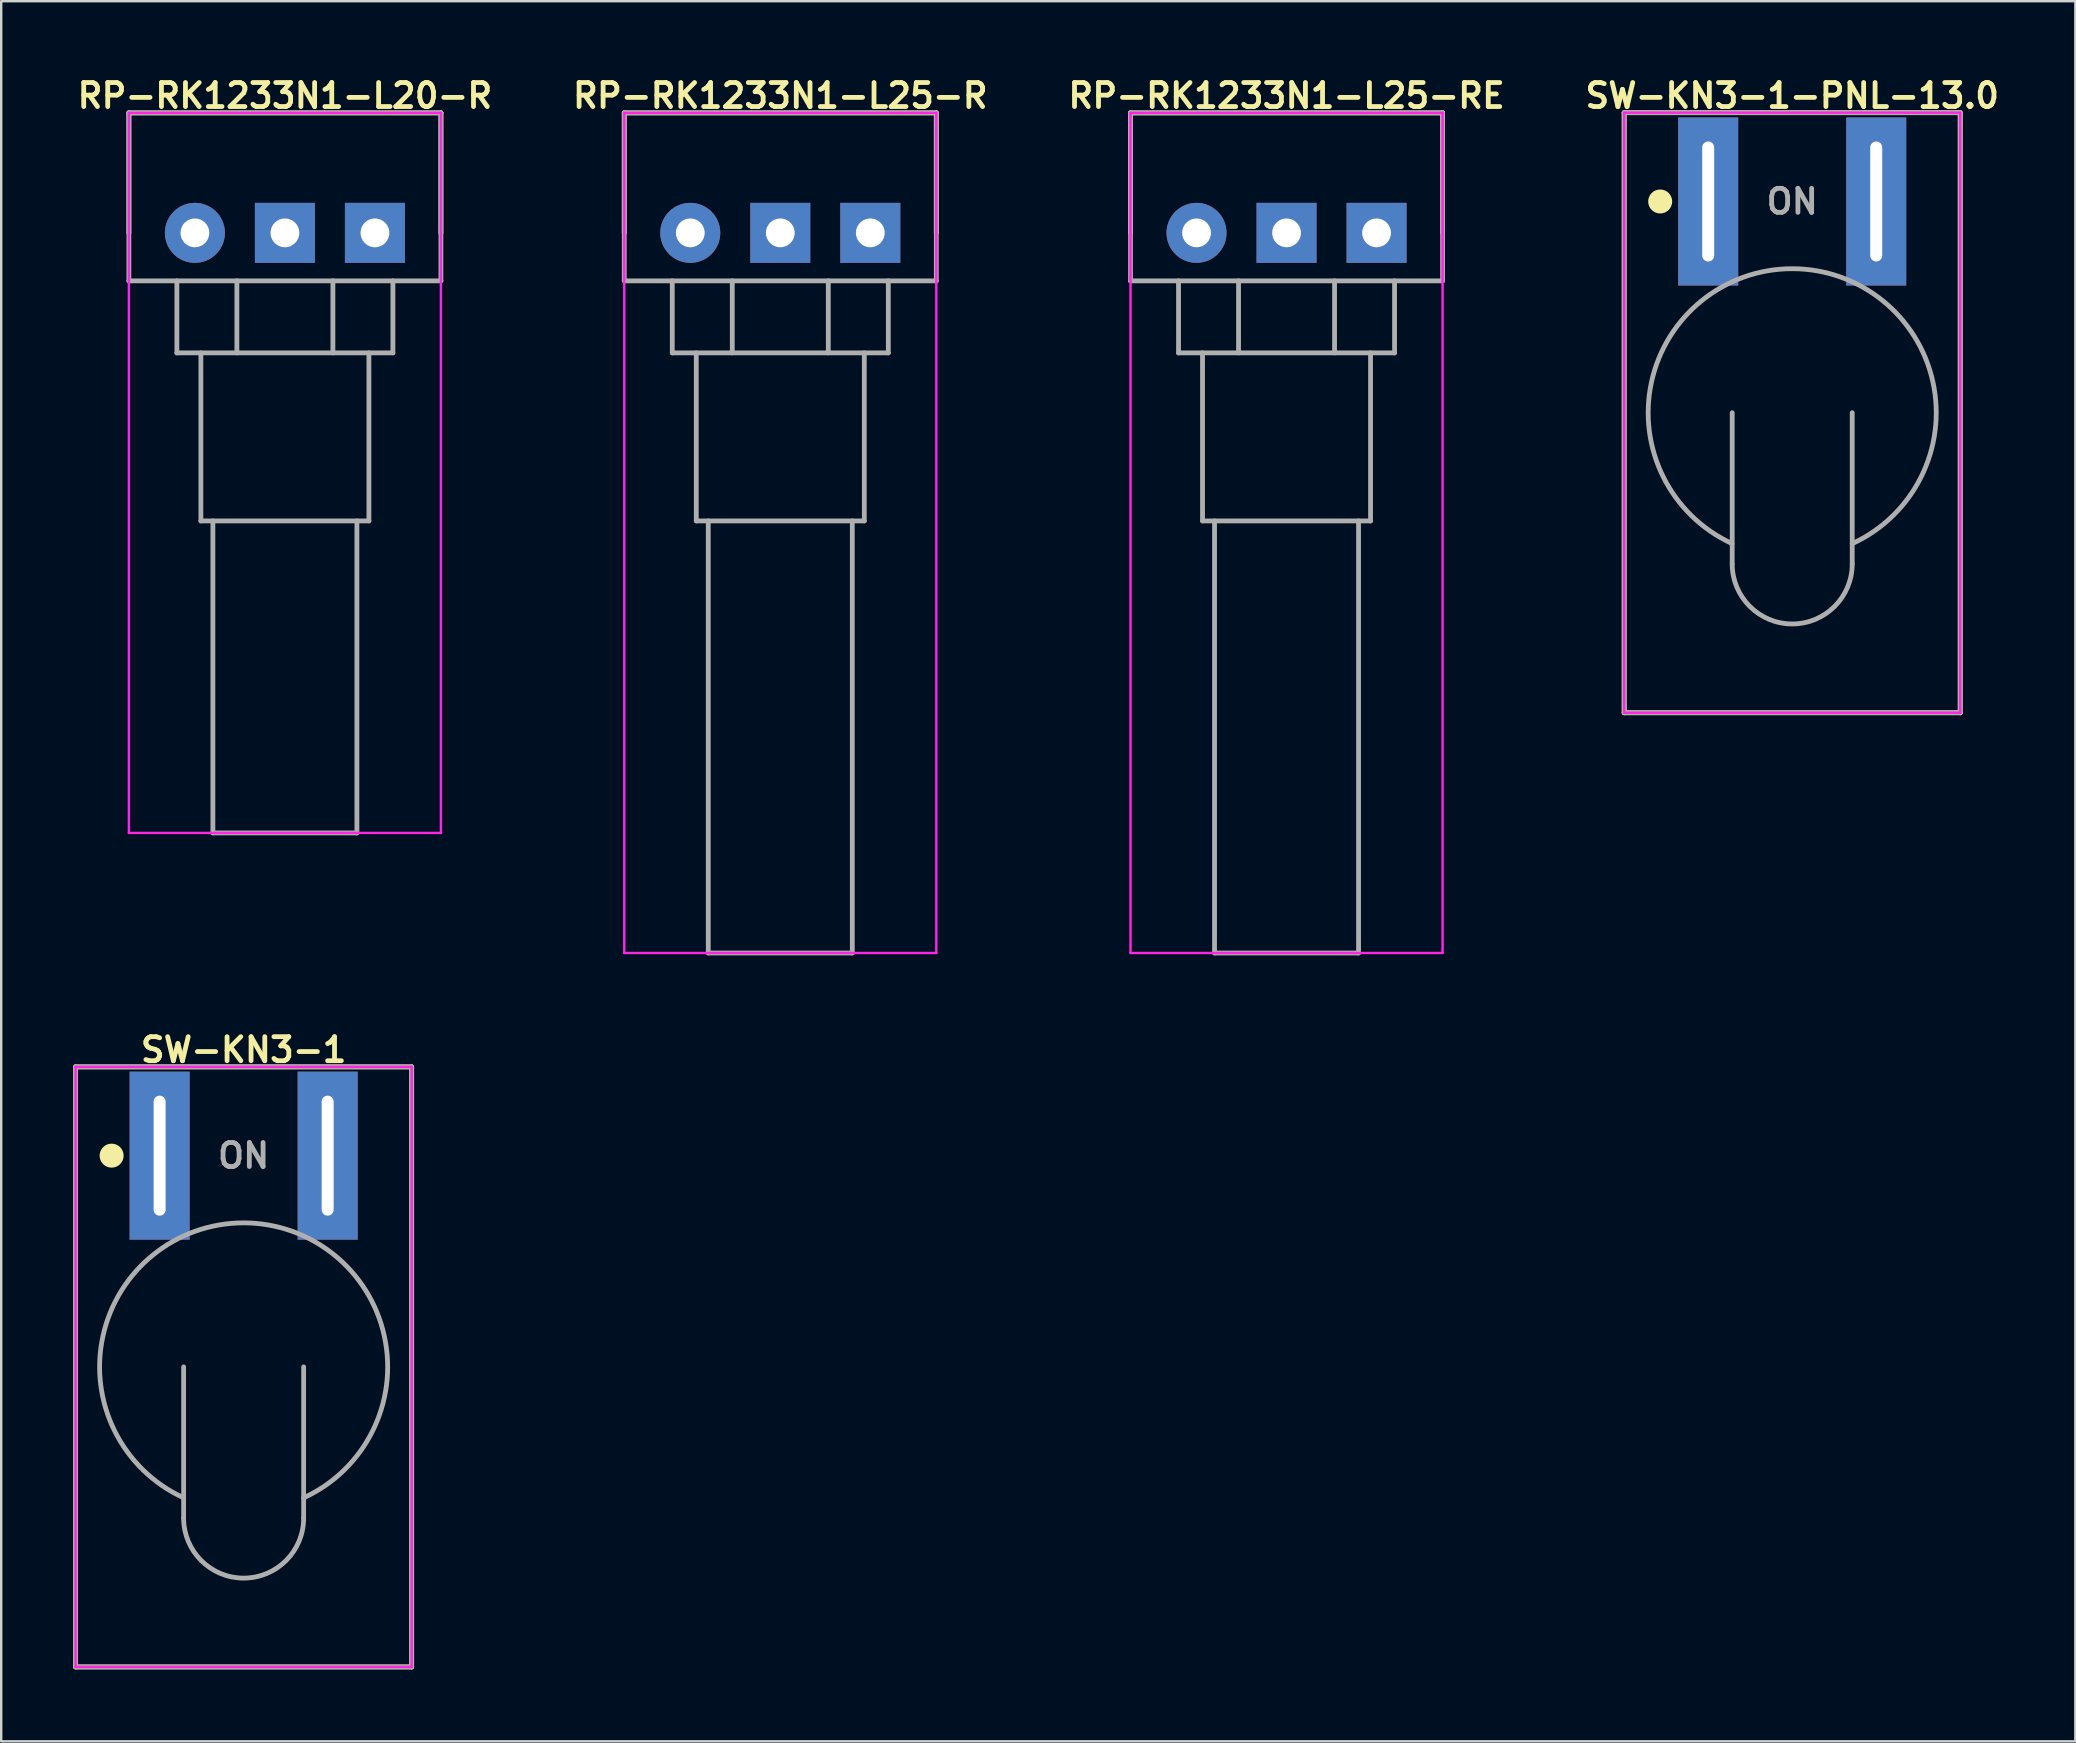
<source format=kicad_pcb>
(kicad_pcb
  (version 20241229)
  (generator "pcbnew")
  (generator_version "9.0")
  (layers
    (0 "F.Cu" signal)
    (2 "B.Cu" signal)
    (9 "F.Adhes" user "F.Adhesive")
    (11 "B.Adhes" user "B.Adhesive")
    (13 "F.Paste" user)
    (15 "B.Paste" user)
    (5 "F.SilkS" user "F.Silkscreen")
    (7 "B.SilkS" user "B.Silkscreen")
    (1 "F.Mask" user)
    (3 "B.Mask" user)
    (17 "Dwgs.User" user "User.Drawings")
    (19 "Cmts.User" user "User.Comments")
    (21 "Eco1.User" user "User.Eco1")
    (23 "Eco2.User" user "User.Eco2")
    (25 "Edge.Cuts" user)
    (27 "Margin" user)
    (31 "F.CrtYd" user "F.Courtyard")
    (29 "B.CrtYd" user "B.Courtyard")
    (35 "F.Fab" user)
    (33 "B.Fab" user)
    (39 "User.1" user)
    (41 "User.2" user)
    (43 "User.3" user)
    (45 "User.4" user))
  (footprint "SW-KN3-1"
    (layer "F.Cu")
    (at 7.1 53.895)
    (property "Reference" "SW-KN3-1" (at 0 -13.208 0) (layer "F.SilkS") (effects (font (size 1 1) (thickness 0.2))))
    (attr through_hole)
    (fp_line (start -7 -12.5) (end -7 12.5) (stroke (width 0.2) (type solid)) (layer "F.SilkS"))
    (fp_line (start -7 -12.5) (end 7 -12.5) (stroke (width 0.2) (type solid)) (layer "F.SilkS"))
    (fp_line (start -7 12.5) (end 7 12.5) (stroke (width 0.2) (type solid)) (layer "F.SilkS"))
    (fp_line (start 7 -12.5) (end 7 12.5) (stroke (width 0.2) (type solid)) (layer "F.SilkS"))
    (fp_circle (center -5.5 -8.8) (end -5.25 -8.8) (stroke (width 0.5) (type solid)) (fill no) (layer "F.SilkS"))
    (fp_line (start -7 -12.5) (end -7 12.5) (stroke (width 0.1) (type solid)) (layer "F.CrtYd"))
    (fp_line (start -7 -12.5) (end 7 -12.5) (stroke (width 0.1) (type solid)) (layer "F.CrtYd"))
    (fp_line (start -7 12.5) (end 7 12.5) (stroke (width 0.1) (type solid)) (layer "F.CrtYd"))
    (fp_line (start 7 -12.5) (end 7 12.5) (stroke (width 0.1) (type solid)) (layer "F.CrtYd"))
    (fp_line (start -7 -12.5) (end -7 12.5) (stroke (width 0.2) (type solid)) (layer "F.Fab"))
    (fp_line (start -7 -12.5) (end 7 -12.5) (stroke (width 0.2) (type solid)) (layer "F.Fab"))
    (fp_line (start -7 12.5) (end 7 12.5) (stroke (width 0.2) (type solid)) (layer "F.Fab"))
    (fp_line (start -2.5 0) (end -2.5 6.3) (stroke (width 0.2) (type solid)) (layer "F.Fab"))
    (fp_line (start 2.5 0) (end 2.5 6.3) (stroke (width 0.2) (type solid)) (layer "F.Fab"))
    (fp_line (start 7 -12.5) (end 7 12.5) (stroke (width 0.2) (type solid)) (layer "F.Fab"))
    (fp_arc (start -2.504889 5.452113) (mid 0.002689 -6) (end 2.5 5.454356) (stroke (width 0.2) (type solid)) (layer "F.Fab"))
    (fp_arc (start 2.5 6.3) (mid 0 8.8) (end -2.5 6.3) (stroke (width 0.2) (type solid)) (layer "F.Fab"))
    (fp_text user "ON" (at 0 -8.8 0) (layer "F.Fab") (effects (font (size 1 1) (thickness 0.2))))
    (pad "COM" thru_hole rect (at -3.5 -8.8) (size 2.5 7) (drill oval 0.5 5) (layers "B.Cu" "B.Mask"))
    (pad "NO" thru_hole rect (at 3.5 -8.8) (size 2.5 7) (drill oval 0.5 5) (layers "B.Cu" "B.Mask")))
  (footprint "SW-KN3-1-PNL-13.0"
    (layer "F.Cu")
    (at 71.614 14.144)
    (property "Reference" "SW-KN3-1-PNL-13.0" (at 0 -13.208 0) (layer "F.SilkS") (effects (font (size 1 1) (thickness 0.2))))
    (attr through_hole)
    (fp_line (start -7 -12.5) (end -7 12.5) (stroke (width 0.2) (type solid)) (layer "F.SilkS"))
    (fp_line (start -7 -12.5) (end 7 -12.5) (stroke (width 0.2) (type solid)) (layer "F.SilkS"))
    (fp_line (start -7 12.5) (end 7 12.5) (stroke (width 0.2) (type solid)) (layer "F.SilkS"))
    (fp_line (start 7 -12.5) (end 7 12.5) (stroke (width 0.2) (type solid)) (layer "F.SilkS"))
    (fp_circle (center -5.5 -8.8) (end -5.25 -8.8) (stroke (width 0.5) (type solid)) (fill no) (layer "F.SilkS"))
    (fp_circle (center 0 0) (end 6.5 0) (stroke (width 0.4) (type solid)) (fill no) (layer "Eco1.User"))
    (fp_line (start -7 -12.5) (end -7 12.5) (stroke (width 0.1) (type solid)) (layer "F.CrtYd"))
    (fp_line (start -7 -12.5) (end 7 -12.5) (stroke (width 0.1) (type solid)) (layer "F.CrtYd"))
    (fp_line (start -7 12.5) (end 7 12.5) (stroke (width 0.1) (type solid)) (layer "F.CrtYd"))
    (fp_line (start 7 -12.5) (end 7 12.5) (stroke (width 0.1) (type solid)) (layer "F.CrtYd"))
    (fp_line (start -7 -12.5) (end -7 12.5) (stroke (width 0.2) (type solid)) (layer "F.Fab"))
    (fp_line (start -7 -12.5) (end 7 -12.5) (stroke (width 0.2) (type solid)) (layer "F.Fab"))
    (fp_line (start -7 12.5) (end 7 12.5) (stroke (width 0.2) (type solid)) (layer "F.Fab"))
    (fp_line (start -2.5 0) (end -2.5 6.3) (stroke (width 0.2) (type solid)) (layer "F.Fab"))
    (fp_line (start 2.5 0) (end 2.5 6.3) (stroke (width 0.2) (type solid)) (layer "F.Fab"))
    (fp_line (start 7 -12.5) (end 7 12.5) (stroke (width 0.2) (type solid)) (layer "F.Fab"))
    (fp_arc (start -2.504889 5.452113) (mid 0.002689 -6) (end 2.5 5.454356) (stroke (width 0.2) (type solid)) (layer "F.Fab"))
    (fp_arc (start 2.5 6.3) (mid 0 8.8) (end -2.5 6.3) (stroke (width 0.2) (type solid)) (layer "F.Fab"))
    (fp_text user "ON" (at 0 -8.8 0) (layer "F.Fab") (effects (font (size 1 1) (thickness 0.2))))
    (pad "COM" thru_hole rect (at -3.5 -8.8) (size 2.5 7) (drill oval 0.5 5) (layers "B.Cu" "B.Mask"))
    (pad "NO" thru_hole rect (at 3.5 -8.8) (size 2.5 7) (drill oval 0.5 5) (layers "B.Cu" "B.Mask")))
  (footprint "RP-RK1233N1-L25-RE"
    (layer "F.Cu")
    (at 50.548 6.651)
    (property "Reference" "RP-RK1233N1-L25-RE" (at 0 -5.715 0) (layer "F.SilkS") (effects (font (size 1 1) (thickness 0.2))))
    (attr through_hole)
    (fp_line (start -6.5 -5) (end -6.5 0) (stroke (width 0.2) (type solid)) (layer "F.SilkS"))
    (fp_line (start -6.5 -5) (end 6.5 -5) (stroke (width 0.2) (type solid)) (layer "F.SilkS"))
    (fp_line (start 6.5 -5) (end 6.5 0) (stroke (width 0.2) (type solid)) (layer "F.SilkS"))
    (fp_line (start -6.5 -5) (end -6.5 30) (stroke (width 0.1) (type solid)) (layer "F.CrtYd"))
    (fp_line (start -6.5 -5) (end 6.5 -5) (stroke (width 0.1) (type solid)) (layer "F.CrtYd"))
    (fp_line (start -6.5 30) (end 6.5 30) (stroke (width 0.1) (type solid)) (layer "F.CrtYd"))
    (fp_line (start 6.5 -5) (end 6.5 30) (stroke (width 0.1) (type solid)) (layer "F.CrtYd"))
    (fp_line (start -6.5 -5) (end -6.5 2) (stroke (width 0.2) (type solid)) (layer "F.Fab"))
    (fp_line (start -6.5 -5) (end 6.5 -5) (stroke (width 0.2) (type solid)) (layer "F.Fab"))
    (fp_line (start -6.5 2) (end 6.5 2) (stroke (width 0.2) (type solid)) (layer "F.Fab"))
    (fp_line (start -4.5 2) (end -4.5 5) (stroke (width 0.2) (type solid)) (layer "F.Fab"))
    (fp_line (start -4.5 5) (end 4.5 5) (stroke (width 0.2) (type solid)) (layer "F.Fab"))
    (fp_line (start -3.5 5) (end -3.5 12) (stroke (width 0.2) (type solid)) (layer "F.Fab"))
    (fp_line (start -3.5 12) (end 3.5 12) (stroke (width 0.2) (type solid)) (layer "F.Fab"))
    (fp_line (start -3 12) (end -3 30) (stroke (width 0.2) (type solid)) (layer "F.Fab"))
    (fp_line (start -3 30) (end 3 30) (stroke (width 0.2) (type solid)) (layer "F.Fab"))
    (fp_line (start -2 2) (end -2 5) (stroke (width 0.2) (type solid)) (layer "F.Fab"))
    (fp_line (start 2 2) (end 2 5) (stroke (width 0.2) (type solid)) (layer "F.Fab"))
    (fp_line (start 3 12) (end 3 30) (stroke (width 0.2) (type solid)) (layer "F.Fab"))
    (fp_line (start 3.5 5) (end 3.5 12) (stroke (width 0.2) (type solid)) (layer "F.Fab"))
    (fp_line (start 4.5 2) (end 4.5 5) (stroke (width 0.2) (type solid)) (layer "F.Fab"))
    (fp_line (start 6.5 -5) (end 6.5 2) (stroke (width 0.2) (type solid)) (layer "F.Fab"))
    (pad "1" thru_hole circle (at -3.75 0) (size 2.5 2.5) (drill 1.2) (layers "B.Cu" "B.Mask"))
    (pad "2" thru_hole rect (at 0 0) (size 2.5 2.5) (drill 1.2) (layers "B.Cu" "B.Mask"))
    (pad "3" thru_hole rect (at 3.75 0) (size 2.5 2.5) (drill 1.2) (layers "B.Cu" "B.Mask")))
  (footprint "RP-RK1233N1-L20-R"
    (layer "F.Cu")
    (at 8.819 6.651)
    (property "Reference" "RP-RK1233N1-L20-R" (at 0 -5.715 0) (layer "F.SilkS") (effects (font (size 1 1) (thickness 0.2))))
    (attr through_hole)
    (fp_line (start -6.5 -5) (end -6.5 0) (stroke (width 0.2) (type solid)) (layer "F.SilkS"))
    (fp_line (start -6.5 -5) (end 6.5 -5) (stroke (width 0.2) (type solid)) (layer "F.SilkS"))
    (fp_line (start 6.5 -5) (end 6.5 0) (stroke (width 0.2) (type solid)) (layer "F.SilkS"))
    (fp_line (start -6.5 -5) (end -6.5 25) (stroke (width 0.1) (type solid)) (layer "F.CrtYd"))
    (fp_line (start -6.5 -5) (end 6.5 -5) (stroke (width 0.1) (type solid)) (layer "F.CrtYd"))
    (fp_line (start -6.5 25) (end 6.5 25) (stroke (width 0.1) (type solid)) (layer "F.CrtYd"))
    (fp_line (start 6.5 -5) (end 6.5 25) (stroke (width 0.1) (type solid)) (layer "F.CrtYd"))
    (fp_line (start -6.5 -5) (end -6.5 2) (stroke (width 0.2) (type solid)) (layer "F.Fab"))
    (fp_line (start -6.5 -5) (end 6.5 -5) (stroke (width 0.2) (type solid)) (layer "F.Fab"))
    (fp_line (start -6.5 2) (end 6.5 2) (stroke (width 0.2) (type solid)) (layer "F.Fab"))
    (fp_line (start -4.5 2) (end -4.5 5) (stroke (width 0.2) (type solid)) (layer "F.Fab"))
    (fp_line (start -4.5 5) (end 4.5 5) (stroke (width 0.2) (type solid)) (layer "F.Fab"))
    (fp_line (start -3.5 5) (end -3.5 12) (stroke (width 0.2) (type solid)) (layer "F.Fab"))
    (fp_line (start -3.5 12) (end 3.5 12) (stroke (width 0.2) (type solid)) (layer "F.Fab"))
    (fp_line (start -3 12) (end -3 25) (stroke (width 0.2) (type solid)) (layer "F.Fab"))
    (fp_line (start -3 25) (end 3 25) (stroke (width 0.2) (type solid)) (layer "F.Fab"))
    (fp_line (start -2 2) (end -2 5) (stroke (width 0.2) (type solid)) (layer "F.Fab"))
    (fp_line (start 2 2) (end 2 5) (stroke (width 0.2) (type solid)) (layer "F.Fab"))
    (fp_line (start 3 12) (end 3 25) (stroke (width 0.2) (type solid)) (layer "F.Fab"))
    (fp_line (start 3.5 5) (end 3.5 12) (stroke (width 0.2) (type solid)) (layer "F.Fab"))
    (fp_line (start 4.5 2) (end 4.5 5) (stroke (width 0.2) (type solid)) (layer "F.Fab"))
    (fp_line (start 6.5 -5) (end 6.5 2) (stroke (width 0.2) (type solid)) (layer "F.Fab"))
    (pad "1" thru_hole circle (at -3.75 0) (size 2.5 2.5) (drill 1.2) (layers "B.Cu" "B.Mask"))
    (pad "2" thru_hole rect (at 0 0) (size 2.5 2.5) (drill 1.2) (layers "B.Cu" "B.Mask"))
    (pad "3" thru_hole rect (at 3.75 0) (size 2.5 2.5) (drill 1.2) (layers "B.Cu" "B.Mask")))
  (footprint "RP-RK1233N1-L25-R"
    (layer "F.Cu")
    (at 29.457 6.651)
    (property "Reference" "RP-RK1233N1-L25-R" (at 0 -5.715 0) (layer "F.SilkS") (effects (font (size 1 1) (thickness 0.2))))
    (attr through_hole)
    (fp_line (start -6.5 -5) (end -6.5 0) (stroke (width 0.2) (type solid)) (layer "F.SilkS"))
    (fp_line (start -6.5 -5) (end 6.5 -5) (stroke (width 0.2) (type solid)) (layer "F.SilkS"))
    (fp_line (start 6.5 -5) (end 6.5 0) (stroke (width 0.2) (type solid)) (layer "F.SilkS"))
    (fp_line (start -6.5 -5) (end -6.5 30) (stroke (width 0.1) (type solid)) (layer "F.CrtYd"))
    (fp_line (start -6.5 -5) (end 6.5 -5) (stroke (width 0.1) (type solid)) (layer "F.CrtYd"))
    (fp_line (start -6.5 30) (end 6.5 30) (stroke (width 0.1) (type solid)) (layer "F.CrtYd"))
    (fp_line (start 6.5 -5) (end 6.5 30) (stroke (width 0.1) (type solid)) (layer "F.CrtYd"))
    (fp_line (start -6.5 -5) (end -6.5 2) (stroke (width 0.2) (type solid)) (layer "F.Fab"))
    (fp_line (start -6.5 -5) (end 6.5 -5) (stroke (width 0.2) (type solid)) (layer "F.Fab"))
    (fp_line (start -6.5 2) (end 6.5 2) (stroke (width 0.2) (type solid)) (layer "F.Fab"))
    (fp_line (start -4.5 2) (end -4.5 5) (stroke (width 0.2) (type solid)) (layer "F.Fab"))
    (fp_line (start -4.5 5) (end 4.5 5) (stroke (width 0.2) (type solid)) (layer "F.Fab"))
    (fp_line (start -3.5 5) (end -3.5 12) (stroke (width 0.2) (type solid)) (layer "F.Fab"))
    (fp_line (start -3.5 12) (end 3.5 12) (stroke (width 0.2) (type solid)) (layer "F.Fab"))
    (fp_line (start -3 12) (end -3 30) (stroke (width 0.2) (type solid)) (layer "F.Fab"))
    (fp_line (start -3 30) (end 3 30) (stroke (width 0.2) (type solid)) (layer "F.Fab"))
    (fp_line (start -2 2) (end -2 5) (stroke (width 0.2) (type solid)) (layer "F.Fab"))
    (fp_line (start 2 2) (end 2 5) (stroke (width 0.2) (type solid)) (layer "F.Fab"))
    (fp_line (start 3 12) (end 3 30) (stroke (width 0.2) (type solid)) (layer "F.Fab"))
    (fp_line (start 3.5 5) (end 3.5 12) (stroke (width 0.2) (type solid)) (layer "F.Fab"))
    (fp_line (start 4.5 2) (end 4.5 5) (stroke (width 0.2) (type solid)) (layer "F.Fab"))
    (fp_line (start 6.5 -5) (end 6.5 2) (stroke (width 0.2) (type solid)) (layer "F.Fab"))
    (pad "1" thru_hole circle (at -3.75 0) (size 2.5 2.5) (drill 1.2) (layers "B.Cu" "B.Mask"))
    (pad "2" thru_hole rect (at 0 0) (size 2.5 2.5) (drill 1.2) (layers "B.Cu" "B.Mask"))
    (pad "3" thru_hole rect (at 3.75 0) (size 2.5 2.5) (drill 1.2) (layers "B.Cu" "B.Mask")))
  (gr_rect
    (start -3 -3)
    (end 83.41 69.495)
    (stroke (width 0.1) (type default))
    (fill no)
    (layer "Edge.Cuts")))
</source>
